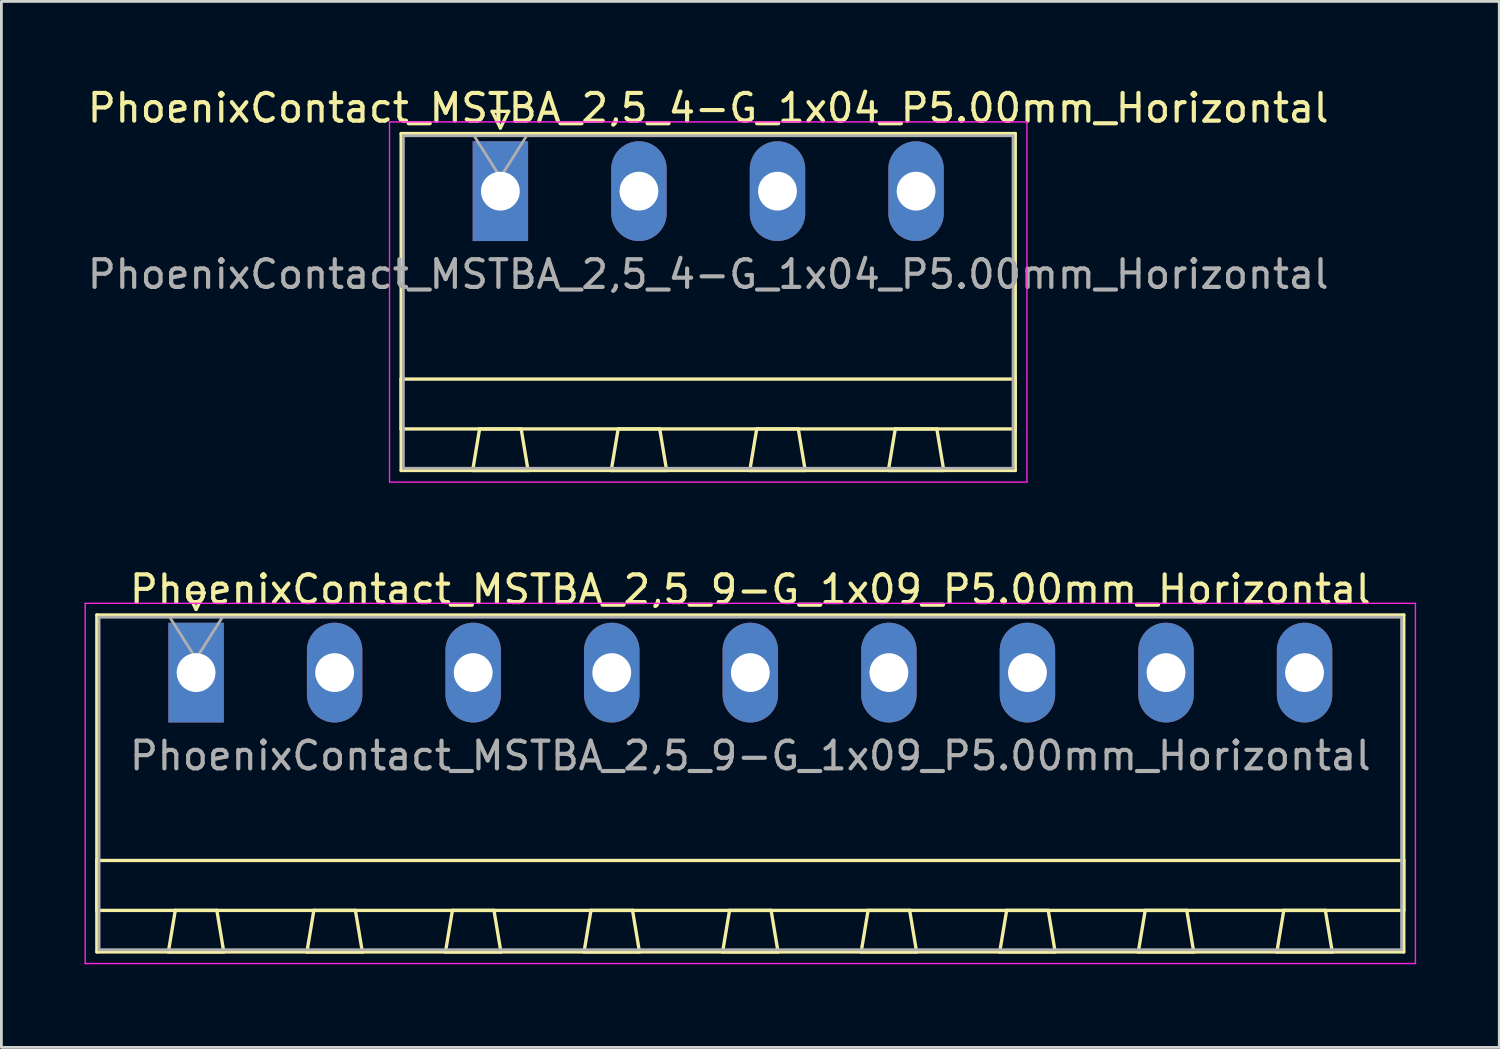
<source format=kicad_pcb>
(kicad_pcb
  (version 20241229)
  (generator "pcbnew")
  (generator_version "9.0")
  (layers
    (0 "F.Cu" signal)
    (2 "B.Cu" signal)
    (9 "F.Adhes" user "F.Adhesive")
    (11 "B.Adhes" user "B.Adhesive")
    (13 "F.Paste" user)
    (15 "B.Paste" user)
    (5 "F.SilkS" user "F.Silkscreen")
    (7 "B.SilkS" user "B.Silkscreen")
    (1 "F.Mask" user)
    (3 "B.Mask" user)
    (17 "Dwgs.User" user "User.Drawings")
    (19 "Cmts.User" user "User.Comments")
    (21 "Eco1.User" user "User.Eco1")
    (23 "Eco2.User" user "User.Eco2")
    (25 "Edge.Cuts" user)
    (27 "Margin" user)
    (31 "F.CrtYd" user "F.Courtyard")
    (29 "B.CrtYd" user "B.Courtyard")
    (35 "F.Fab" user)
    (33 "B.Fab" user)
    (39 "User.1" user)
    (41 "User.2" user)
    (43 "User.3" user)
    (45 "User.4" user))
  (footprint "PhoenixContact_MSTBA_2,5_9-G_1x09_P5.00mm_Horizontal"
    (layer "F.Cu")
    (at 4.025 21.221)
    (property "Reference" "PhoenixContact_MSTBA_2,5_9-G_1x09_P5.00mm_Horizontal" (at 20 -3 0) (layer "F.SilkS") (effects (font (size 1 1) (thickness 0.15))))
    (attr through_hole)
    (fp_line (start -3.58 -2.08) (end -3.58 10.08) (stroke (width 0.12) (type solid)) (layer "F.SilkS"))
    (fp_line (start -3.58 6.78) (end 43.58 6.78) (stroke (width 0.12) (type solid)) (layer "F.SilkS"))
    (fp_line (start -3.58 8.58) (end -3.58 6.78) (stroke (width 0.12) (type solid)) (layer "F.SilkS"))
    (fp_line (start -3.58 10.08) (end 43.58 10.08) (stroke (width 0.12) (type solid)) (layer "F.SilkS"))
    (fp_line (start -1 10.08) (end 1 10.08) (stroke (width 0.12) (type solid)) (layer "F.SilkS"))
    (fp_line (start -0.75 8.58) (end -1 10.08) (stroke (width 0.12) (type solid)) (layer "F.SilkS"))
    (fp_line (start -0.3 -2.88) (end 0.3 -2.88) (stroke (width 0.12) (type solid)) (layer "F.SilkS"))
    (fp_line (start 0 -2.28) (end -0.3 -2.88) (stroke (width 0.12) (type solid)) (layer "F.SilkS"))
    (fp_line (start 0.3 -2.88) (end 0 -2.28) (stroke (width 0.12) (type solid)) (layer "F.SilkS"))
    (fp_line (start 0.75 8.58) (end -0.75 8.58) (stroke (width 0.12) (type solid)) (layer "F.SilkS"))
    (fp_line (start 1 10.08) (end 0.75 8.58) (stroke (width 0.12) (type solid)) (layer "F.SilkS"))
    (fp_line (start 4 10.08) (end 6 10.08) (stroke (width 0.12) (type solid)) (layer "F.SilkS"))
    (fp_line (start 4.25 8.58) (end 4 10.08) (stroke (width 0.12) (type solid)) (layer "F.SilkS"))
    (fp_line (start 5.75 8.58) (end 4.25 8.58) (stroke (width 0.12) (type solid)) (layer "F.SilkS"))
    (fp_line (start 6 10.08) (end 5.75 8.58) (stroke (width 0.12) (type solid)) (layer "F.SilkS"))
    (fp_line (start 9 10.08) (end 11 10.08) (stroke (width 0.12) (type solid)) (layer "F.SilkS"))
    (fp_line (start 9.25 8.58) (end 9 10.08) (stroke (width 0.12) (type solid)) (layer "F.SilkS"))
    (fp_line (start 10.75 8.58) (end 9.25 8.58) (stroke (width 0.12) (type solid)) (layer "F.SilkS"))
    (fp_line (start 11 10.08) (end 10.75 8.58) (stroke (width 0.12) (type solid)) (layer "F.SilkS"))
    (fp_line (start 14 10.08) (end 16 10.08) (stroke (width 0.12) (type solid)) (layer "F.SilkS"))
    (fp_line (start 14.25 8.58) (end 14 10.08) (stroke (width 0.12) (type solid)) (layer "F.SilkS"))
    (fp_line (start 15.75 8.58) (end 14.25 8.58) (stroke (width 0.12) (type solid)) (layer "F.SilkS"))
    (fp_line (start 16 10.08) (end 15.75 8.58) (stroke (width 0.12) (type solid)) (layer "F.SilkS"))
    (fp_line (start 19 10.08) (end 21 10.08) (stroke (width 0.12) (type solid)) (layer "F.SilkS"))
    (fp_line (start 19.25 8.58) (end 19 10.08) (stroke (width 0.12) (type solid)) (layer "F.SilkS"))
    (fp_line (start 20.75 8.58) (end 19.25 8.58) (stroke (width 0.12) (type solid)) (layer "F.SilkS"))
    (fp_line (start 21 10.08) (end 20.75 8.58) (stroke (width 0.12) (type solid)) (layer "F.SilkS"))
    (fp_line (start 24 10.08) (end 26 10.08) (stroke (width 0.12) (type solid)) (layer "F.SilkS"))
    (fp_line (start 24.25 8.58) (end 24 10.08) (stroke (width 0.12) (type solid)) (layer "F.SilkS"))
    (fp_line (start 25.75 8.58) (end 24.25 8.58) (stroke (width 0.12) (type solid)) (layer "F.SilkS"))
    (fp_line (start 26 10.08) (end 25.75 8.58) (stroke (width 0.12) (type solid)) (layer "F.SilkS"))
    (fp_line (start 29 10.08) (end 31 10.08) (stroke (width 0.12) (type solid)) (layer "F.SilkS"))
    (fp_line (start 29.25 8.58) (end 29 10.08) (stroke (width 0.12) (type solid)) (layer "F.SilkS"))
    (fp_line (start 30.75 8.58) (end 29.25 8.58) (stroke (width 0.12) (type solid)) (layer "F.SilkS"))
    (fp_line (start 31 10.08) (end 30.75 8.58) (stroke (width 0.12) (type solid)) (layer "F.SilkS"))
    (fp_line (start 34 10.08) (end 36 10.08) (stroke (width 0.12) (type solid)) (layer "F.SilkS"))
    (fp_line (start 34.25 8.58) (end 34 10.08) (stroke (width 0.12) (type solid)) (layer "F.SilkS"))
    (fp_line (start 35.75 8.58) (end 34.25 8.58) (stroke (width 0.12) (type solid)) (layer "F.SilkS"))
    (fp_line (start 36 10.08) (end 35.75 8.58) (stroke (width 0.12) (type solid)) (layer "F.SilkS"))
    (fp_line (start 39 10.08) (end 41 10.08) (stroke (width 0.12) (type solid)) (layer "F.SilkS"))
    (fp_line (start 39.25 8.58) (end 39 10.08) (stroke (width 0.12) (type solid)) (layer "F.SilkS"))
    (fp_line (start 40.75 8.58) (end 39.25 8.58) (stroke (width 0.12) (type solid)) (layer "F.SilkS"))
    (fp_line (start 41 10.08) (end 40.75 8.58) (stroke (width 0.12) (type solid)) (layer "F.SilkS"))
    (fp_line (start 43.58 -2.08) (end -3.58 -2.08) (stroke (width 0.12) (type solid)) (layer "F.SilkS"))
    (fp_line (start 43.58 6.78) (end 43.58 8.58) (stroke (width 0.12) (type solid)) (layer "F.SilkS"))
    (fp_line (start 43.58 8.58) (end -3.58 8.58) (stroke (width 0.12) (type solid)) (layer "F.SilkS"))
    (fp_line (start 43.58 10.08) (end 43.58 -2.08) (stroke (width 0.12) (type solid)) (layer "F.SilkS"))
    (fp_line (start -4 -2.5) (end -4 10.5) (stroke (width 0.05) (type solid)) (layer "F.CrtYd"))
    (fp_line (start -4 10.5) (end 44 10.5) (stroke (width 0.05) (type solid)) (layer "F.CrtYd"))
    (fp_line (start 44 -2.5) (end -4 -2.5) (stroke (width 0.05) (type solid)) (layer "F.CrtYd"))
    (fp_line (start 44 10.5) (end 44 -2.5) (stroke (width 0.05) (type solid)) (layer "F.CrtYd"))
    (fp_line (start -3.5 -2) (end -3.5 10) (stroke (width 0.1) (type solid)) (layer "F.Fab"))
    (fp_line (start -3.5 10) (end 43.5 10) (stroke (width 0.1) (type solid)) (layer "F.Fab"))
    (fp_line (start 0 -0.5) (end -0.95 -2) (stroke (width 0.1) (type solid)) (layer "F.Fab"))
    (fp_line (start 0.95 -2) (end 0 -0.5) (stroke (width 0.1) (type solid)) (layer "F.Fab"))
    (fp_line (start 43.5 -2) (end -3.5 -2) (stroke (width 0.1) (type solid)) (layer "F.Fab"))
    (fp_line (start 43.5 10) (end 43.5 -2) (stroke (width 0.1) (type solid)) (layer "F.Fab"))
    (fp_text user "${REFERENCE}" (at 20 3 0) (layer "F.Fab") (effects (font (size 1 1) (thickness 0.15))))
    (pad "1" thru_hole rect (at 0 0) (size 2 3.6) (drill 1.4) (layers "*.Cu" "*.Mask"))
    (pad "2" thru_hole oval (at 5 0) (size 2 3.6) (drill 1.4) (layers "*.Cu" "*.Mask"))
    (pad "3" thru_hole oval (at 10 0) (size 2 3.6) (drill 1.4) (layers "*.Cu" "*.Mask"))
    (pad "4" thru_hole oval (at 15 0) (size 2 3.6) (drill 1.4) (layers "*.Cu" "*.Mask"))
    (pad "5" thru_hole oval (at 20 0) (size 2 3.6) (drill 1.4) (layers "*.Cu" "*.Mask"))
    (pad "6" thru_hole oval (at 25 0) (size 2 3.6) (drill 1.4) (layers "*.Cu" "*.Mask"))
    (pad "7" thru_hole oval (at 30 0) (size 2 3.6) (drill 1.4) (layers "*.Cu" "*.Mask"))
    (pad "8" thru_hole oval (at 35 0) (size 2 3.6) (drill 1.4) (layers "*.Cu" "*.Mask"))
    (pad "9" thru_hole oval (at 40 0) (size 2 3.6) (drill 1.4) (layers "*.Cu" "*.Mask")))
  (footprint "PhoenixContact_MSTBA_2,5_4-G_1x04_P5.00mm_Horizontal"
    (layer "F.Cu")
    (at 15.006 3.848)
    (property "Reference" "PhoenixContact_MSTBA_2,5_4-G_1x04_P5.00mm_Horizontal" (at 7.5 -3 0) (layer "F.SilkS") (effects (font (size 1 1) (thickness 0.15))))
    (attr through_hole)
    (fp_line (start -3.58 -2.08) (end -3.58 10.08) (stroke (width 0.12) (type solid)) (layer "F.SilkS"))
    (fp_line (start -3.58 6.78) (end 18.58 6.78) (stroke (width 0.12) (type solid)) (layer "F.SilkS"))
    (fp_line (start -3.58 8.58) (end -3.58 6.78) (stroke (width 0.12) (type solid)) (layer "F.SilkS"))
    (fp_line (start -3.58 10.08) (end 18.58 10.08) (stroke (width 0.12) (type solid)) (layer "F.SilkS"))
    (fp_line (start -1 10.08) (end 1 10.08) (stroke (width 0.12) (type solid)) (layer "F.SilkS"))
    (fp_line (start -0.75 8.58) (end -1 10.08) (stroke (width 0.12) (type solid)) (layer "F.SilkS"))
    (fp_line (start -0.3 -2.88) (end 0.3 -2.88) (stroke (width 0.12) (type solid)) (layer "F.SilkS"))
    (fp_line (start 0 -2.28) (end -0.3 -2.88) (stroke (width 0.12) (type solid)) (layer "F.SilkS"))
    (fp_line (start 0.3 -2.88) (end 0 -2.28) (stroke (width 0.12) (type solid)) (layer "F.SilkS"))
    (fp_line (start 0.75 8.58) (end -0.75 8.58) (stroke (width 0.12) (type solid)) (layer "F.SilkS"))
    (fp_line (start 1 10.08) (end 0.75 8.58) (stroke (width 0.12) (type solid)) (layer "F.SilkS"))
    (fp_line (start 4 10.08) (end 6 10.08) (stroke (width 0.12) (type solid)) (layer "F.SilkS"))
    (fp_line (start 4.25 8.58) (end 4 10.08) (stroke (width 0.12) (type solid)) (layer "F.SilkS"))
    (fp_line (start 5.75 8.58) (end 4.25 8.58) (stroke (width 0.12) (type solid)) (layer "F.SilkS"))
    (fp_line (start 6 10.08) (end 5.75 8.58) (stroke (width 0.12) (type solid)) (layer "F.SilkS"))
    (fp_line (start 9 10.08) (end 11 10.08) (stroke (width 0.12) (type solid)) (layer "F.SilkS"))
    (fp_line (start 9.25 8.58) (end 9 10.08) (stroke (width 0.12) (type solid)) (layer "F.SilkS"))
    (fp_line (start 10.75 8.58) (end 9.25 8.58) (stroke (width 0.12) (type solid)) (layer "F.SilkS"))
    (fp_line (start 11 10.08) (end 10.75 8.58) (stroke (width 0.12) (type solid)) (layer "F.SilkS"))
    (fp_line (start 14 10.08) (end 16 10.08) (stroke (width 0.12) (type solid)) (layer "F.SilkS"))
    (fp_line (start 14.25 8.58) (end 14 10.08) (stroke (width 0.12) (type solid)) (layer "F.SilkS"))
    (fp_line (start 15.75 8.58) (end 14.25 8.58) (stroke (width 0.12) (type solid)) (layer "F.SilkS"))
    (fp_line (start 16 10.08) (end 15.75 8.58) (stroke (width 0.12) (type solid)) (layer "F.SilkS"))
    (fp_line (start 18.58 -2.08) (end -3.58 -2.08) (stroke (width 0.12) (type solid)) (layer "F.SilkS"))
    (fp_line (start 18.58 6.78) (end 18.58 8.58) (stroke (width 0.12) (type solid)) (layer "F.SilkS"))
    (fp_line (start 18.58 8.58) (end -3.58 8.58) (stroke (width 0.12) (type solid)) (layer "F.SilkS"))
    (fp_line (start 18.58 10.08) (end 18.58 -2.08) (stroke (width 0.12) (type solid)) (layer "F.SilkS"))
    (fp_line (start -4 -2.5) (end -4 10.5) (stroke (width 0.05) (type solid)) (layer "F.CrtYd"))
    (fp_line (start -4 10.5) (end 19 10.5) (stroke (width 0.05) (type solid)) (layer "F.CrtYd"))
    (fp_line (start 19 -2.5) (end -4 -2.5) (stroke (width 0.05) (type solid)) (layer "F.CrtYd"))
    (fp_line (start 19 10.5) (end 19 -2.5) (stroke (width 0.05) (type solid)) (layer "F.CrtYd"))
    (fp_line (start -3.5 -2) (end -3.5 10) (stroke (width 0.1) (type solid)) (layer "F.Fab"))
    (fp_line (start -3.5 10) (end 18.5 10) (stroke (width 0.1) (type solid)) (layer "F.Fab"))
    (fp_line (start 0 -0.5) (end -0.95 -2) (stroke (width 0.1) (type solid)) (layer "F.Fab"))
    (fp_line (start 0.95 -2) (end 0 -0.5) (stroke (width 0.1) (type solid)) (layer "F.Fab"))
    (fp_line (start 18.5 -2) (end -3.5 -2) (stroke (width 0.1) (type solid)) (layer "F.Fab"))
    (fp_line (start 18.5 10) (end 18.5 -2) (stroke (width 0.1) (type solid)) (layer "F.Fab"))
    (fp_text user "${REFERENCE}" (at 7.5 3 0) (layer "F.Fab") (effects (font (size 1 1) (thickness 0.15))))
    (pad "1" thru_hole rect (at 0 0) (size 2 3.6) (drill 1.4) (layers "*.Cu" "*.Mask"))
    (pad "2" thru_hole oval (at 5 0) (size 2 3.6) (drill 1.4) (layers "*.Cu" "*.Mask"))
    (pad "3" thru_hole oval (at 10 0) (size 2 3.6) (drill 1.4) (layers "*.Cu" "*.Mask"))
    (pad "4" thru_hole oval (at 15 0) (size 2 3.6) (drill 1.4) (layers "*.Cu" "*.Mask")))
  (gr_rect
    (start -3 -3)
    (end 51.05 34.746)
    (stroke (width 0.1) (type default))
    (fill no)
    (layer "Edge.Cuts")))
</source>
